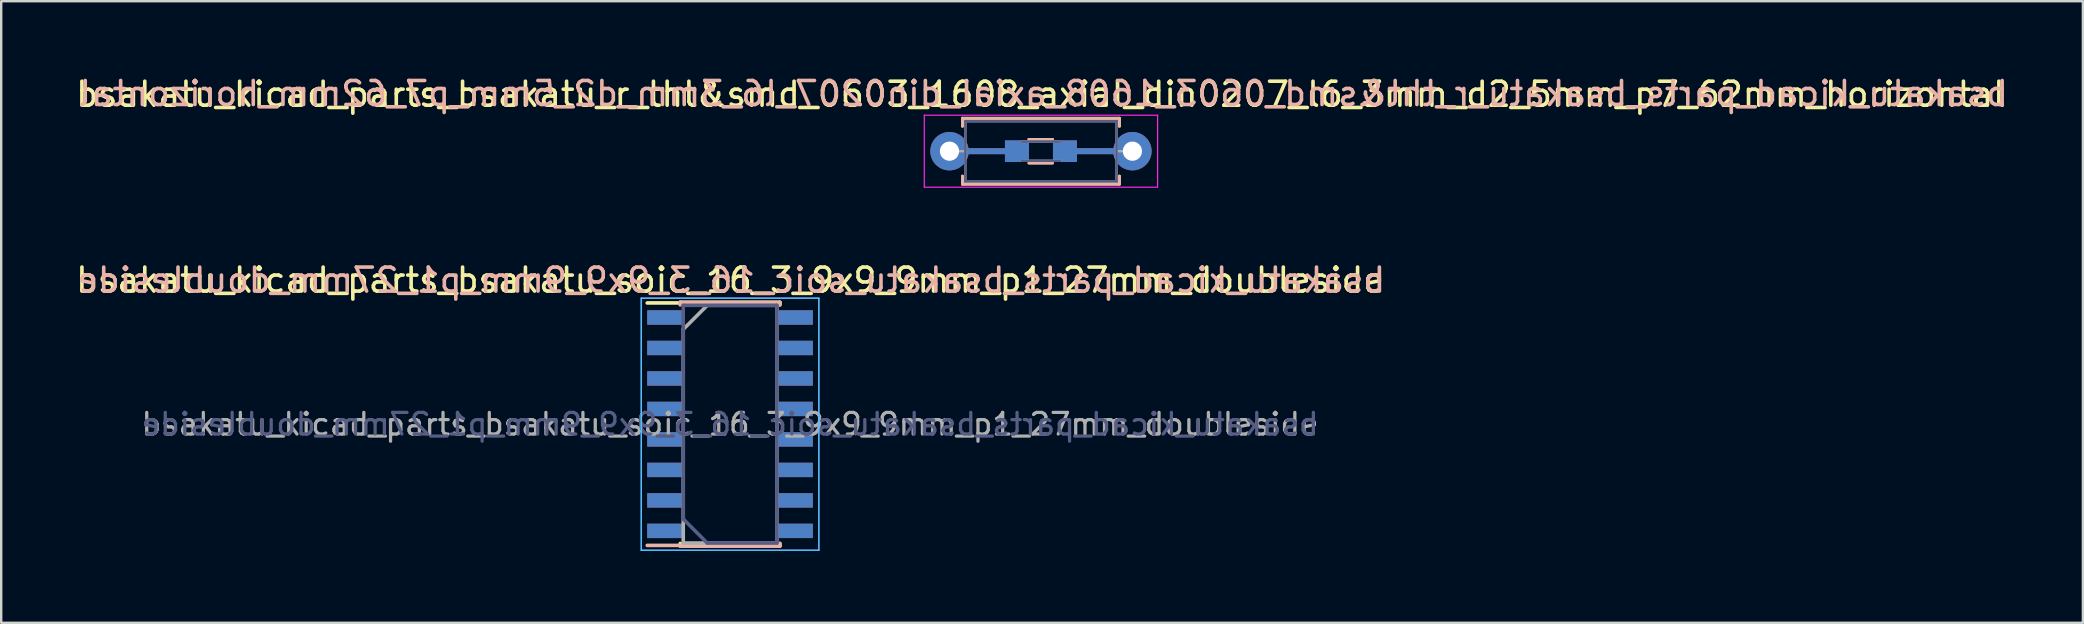
<source format=kicad_pcb>
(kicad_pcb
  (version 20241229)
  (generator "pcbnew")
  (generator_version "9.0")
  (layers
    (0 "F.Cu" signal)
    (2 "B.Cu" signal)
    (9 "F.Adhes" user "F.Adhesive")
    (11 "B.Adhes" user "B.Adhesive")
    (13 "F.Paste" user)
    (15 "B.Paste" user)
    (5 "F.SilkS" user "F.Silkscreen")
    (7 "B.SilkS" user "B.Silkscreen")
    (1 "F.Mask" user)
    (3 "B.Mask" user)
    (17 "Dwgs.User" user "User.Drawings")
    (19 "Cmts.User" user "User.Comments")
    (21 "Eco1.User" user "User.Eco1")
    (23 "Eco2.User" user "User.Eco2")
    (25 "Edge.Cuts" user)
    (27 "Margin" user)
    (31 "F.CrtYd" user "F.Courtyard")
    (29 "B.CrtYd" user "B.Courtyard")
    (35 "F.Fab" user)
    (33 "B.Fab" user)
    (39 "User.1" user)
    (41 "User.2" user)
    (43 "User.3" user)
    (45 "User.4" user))
  (footprint "bsakatu_kicad_parts_bsakatu_soic_16_3_9x9_9mm_p1_27mm_doubleside"
    (layer "F.Cu")
    (at 27.363 14.621)
    (property "Reference" "bsakatu_kicad_parts_bsakatu_soic_16_3_9x9_9mm_p1_27mm_doubleside" (at 0 -6 0) (layer "F.SilkS") (effects (font (size 1 1) (thickness 0.15))))
    (attr smd)
    (fp_line (start -2.075 -5.075) (end -2.075 -5.05) (stroke (width 0.15) (type solid)) (layer "F.SilkS"))
    (fp_line (start -2.075 -5.075) (end 2.075 -5.075) (stroke (width 0.15) (type solid)) (layer "F.SilkS"))
    (fp_line (start -2.075 -5.05) (end -3.45 -5.05) (stroke (width 0.15) (type solid)) (layer "F.SilkS"))
    (fp_line (start -2.075 5.075) (end -2.075 4.97) (stroke (width 0.15) (type solid)) (layer "F.SilkS"))
    (fp_line (start -2.075 5.075) (end 2.075 5.075) (stroke (width 0.15) (type solid)) (layer "F.SilkS"))
    (fp_line (start 2.075 -5.075) (end 2.075 -4.97) (stroke (width 0.15) (type solid)) (layer "F.SilkS"))
    (fp_line (start 2.075 5.075) (end 2.075 4.97) (stroke (width 0.15) (type solid)) (layer "F.SilkS"))
    (fp_line (start -2.075 -5.075) (end -2.075 -4.97) (stroke (width 0.15) (type solid)) (layer "B.SilkS"))
    (fp_line (start -2.075 -5.075) (end 2.075 -5.075) (stroke (width 0.15) (type solid)) (layer "B.SilkS"))
    (fp_line (start -2.075 5.05) (end -3.45 5.05) (stroke (width 0.15) (type solid)) (layer "B.SilkS"))
    (fp_line (start -2.075 5.075) (end -2.075 5.05) (stroke (width 0.15) (type solid)) (layer "B.SilkS"))
    (fp_line (start -2.075 5.075) (end 2.075 5.075) (stroke (width 0.15) (type solid)) (layer "B.SilkS"))
    (fp_line (start 2.075 -5.075) (end 2.075 -4.97) (stroke (width 0.15) (type solid)) (layer "B.SilkS"))
    (fp_line (start 2.075 5.075) (end 2.075 4.97) (stroke (width 0.15) (type solid)) (layer "B.SilkS"))
    (fp_line (start -3.7 -5.25) (end 3.7 -5.25) (stroke (width 0.05) (type solid)) (layer "B.CrtYd"))
    (fp_line (start -3.7 5.25) (end -3.7 -5.25) (stroke (width 0.05) (type solid)) (layer "B.CrtYd"))
    (fp_line (start -3.7 5.25) (end 3.7 5.25) (stroke (width 0.05) (type solid)) (layer "B.CrtYd"))
    (fp_line (start 3.7 5.25) (end 3.7 -5.25) (stroke (width 0.05) (type solid)) (layer "B.CrtYd"))
    (fp_line (start -3.7 -5.25) (end -3.7 5.25) (stroke (width 0.05) (type solid)) (layer "F.CrtYd"))
    (fp_line (start -3.7 -5.25) (end 3.7 -5.25) (stroke (width 0.05) (type solid)) (layer "F.CrtYd"))
    (fp_line (start -3.7 5.25) (end 3.7 5.25) (stroke (width 0.05) (type solid)) (layer "F.CrtYd"))
    (fp_line (start 3.7 -5.25) (end 3.7 5.25) (stroke (width 0.05) (type solid)) (layer "F.CrtYd"))
    (fp_line (start -1.95 -4.95) (end -1.95 3.95) (stroke (width 0.15) (type solid)) (layer "B.Fab"))
    (fp_line (start -1.95 3.95) (end -0.95 4.95) (stroke (width 0.15) (type solid)) (layer "B.Fab"))
    (fp_line (start -0.95 4.95) (end 1.95 4.95) (stroke (width 0.15) (type solid)) (layer "B.Fab"))
    (fp_line (start 1.95 -4.95) (end -1.95 -4.95) (stroke (width 0.15) (type solid)) (layer "B.Fab"))
    (fp_line (start 1.95 4.95) (end 1.95 -4.95) (stroke (width 0.15) (type solid)) (layer "B.Fab"))
    (fp_line (start -1.95 -3.95) (end -0.95 -4.95) (stroke (width 0.15) (type solid)) (layer "F.Fab"))
    (fp_line (start -1.95 4.95) (end -1.95 -3.95) (stroke (width 0.15) (type solid)) (layer "F.Fab"))
    (fp_line (start -0.95 -4.95) (end 1.95 -4.95) (stroke (width 0.15) (type solid)) (layer "F.Fab"))
    (fp_line (start 1.95 -4.95) (end 1.95 4.95) (stroke (width 0.15) (type solid)) (layer "F.Fab"))
    (fp_line (start 1.95 4.95) (end -1.95 4.95) (stroke (width 0.15) (type solid)) (layer "F.Fab"))
    (fp_text user "${REFERENCE}" (at 0.05 -6 0) (layer "B.SilkS") (effects (font (size 1 1) (thickness 0.15)) (justify mirror)))
    (fp_text user "${REFERENCE}" (at 0 0 0) (layer "B.Fab") (effects (font (size 0.9 0.9) (thickness 0.135)) (justify mirror)))
    (fp_text user "${REFERENCE}" (at 0 0 0) (layer "F.Fab") (effects (font (size 0.9 0.9) (thickness 0.135))))
    (pad "1" smd rect (at -2.7 -4.445) (size 1.5 0.6) (layers "F.Cu" "F.Mask" "F.Paste"))
    (pad "1" smd rect (at -2.7 4.445) (size 1.5 0.6) (layers "B.Cu" "B.Mask" "B.Paste"))
    (pad "2" smd rect (at -2.7 -3.175) (size 1.5 0.6) (layers "F.Cu" "F.Mask" "F.Paste"))
    (pad "2" smd rect (at -2.7 3.175) (size 1.5 0.6) (layers "B.Cu" "B.Mask" "B.Paste"))
    (pad "3" smd rect (at -2.7 -1.905) (size 1.5 0.6) (layers "F.Cu" "F.Mask" "F.Paste"))
    (pad "3" smd rect (at -2.7 1.905) (size 1.5 0.6) (layers "B.Cu" "B.Mask" "B.Paste"))
    (pad "4" smd rect (at -2.7 -0.635) (size 1.5 0.6) (layers "F.Cu" "F.Mask" "F.Paste"))
    (pad "4" smd rect (at -2.7 0.635) (size 1.5 0.6) (layers "B.Cu" "B.Mask" "B.Paste"))
    (pad "5" smd rect (at -2.7 -0.635) (size 1.5 0.6) (layers "B.Cu" "B.Mask" "B.Paste"))
    (pad "5" smd rect (at -2.7 0.635) (size 1.5 0.6) (layers "F.Cu" "F.Mask" "F.Paste"))
    (pad "6" smd rect (at -2.7 -1.905) (size 1.5 0.6) (layers "B.Cu" "B.Mask" "B.Paste"))
    (pad "6" smd rect (at -2.7 1.905) (size 1.5 0.6) (layers "F.Cu" "F.Mask" "F.Paste"))
    (pad "7" smd rect (at -2.7 -3.175) (size 1.5 0.6) (layers "B.Cu" "B.Mask" "B.Paste"))
    (pad "7" smd rect (at -2.7 3.175) (size 1.5 0.6) (layers "F.Cu" "F.Mask" "F.Paste"))
    (pad "8" smd rect (at -2.7 -4.445) (size 1.5 0.6) (layers "B.Cu" "B.Mask" "B.Paste"))
    (pad "8" smd rect (at -2.7 4.445) (size 1.5 0.6) (layers "F.Cu" "F.Mask" "F.Paste"))
    (pad "9" smd rect (at 2.7 -4.445) (size 1.5 0.6) (layers "B.Cu" "B.Mask" "B.Paste"))
    (pad "9" smd rect (at 2.7 4.445) (size 1.5 0.6) (layers "F.Cu" "F.Mask" "F.Paste"))
    (pad "10" smd rect (at 2.7 -3.175) (size 1.5 0.6) (layers "B.Cu" "B.Mask" "B.Paste"))
    (pad "10" smd rect (at 2.7 3.175) (size 1.5 0.6) (layers "F.Cu" "F.Mask" "F.Paste"))
    (pad "11" smd rect (at 2.7 -1.905) (size 1.5 0.6) (layers "B.Cu" "B.Mask" "B.Paste"))
    (pad "11" smd rect (at 2.7 1.905) (size 1.5 0.6) (layers "F.Cu" "F.Mask" "F.Paste"))
    (pad "12" smd rect (at 2.7 -0.635) (size 1.5 0.6) (layers "B.Cu" "B.Mask" "B.Paste"))
    (pad "12" smd rect (at 2.7 0.635) (size 1.5 0.6) (layers "F.Cu" "F.Mask" "F.Paste"))
    (pad "13" smd rect (at 2.7 -0.635) (size 1.5 0.6) (layers "F.Cu" "F.Mask" "F.Paste"))
    (pad "13" smd rect (at 2.7 0.635) (size 1.5 0.6) (layers "B.Cu" "B.Mask" "B.Paste"))
    (pad "14" smd rect (at 2.7 -1.905) (size 1.5 0.6) (layers "F.Cu" "F.Mask" "F.Paste"))
    (pad "14" smd rect (at 2.7 1.905) (size 1.5 0.6) (layers "B.Cu" "B.Mask" "B.Paste"))
    (pad "15" smd rect (at 2.7 -3.175) (size 1.5 0.6) (layers "F.Cu" "F.Mask" "F.Paste"))
    (pad "15" smd rect (at 2.7 3.175) (size 1.5 0.6) (layers "B.Cu" "B.Mask" "B.Paste"))
    (pad "16" smd rect (at 2.7 -4.445) (size 1.5 0.6) (layers "F.Cu" "F.Mask" "F.Paste"))
    (pad "16" smd rect (at 2.7 4.445) (size 1.5 0.6) (layers "B.Cu" "B.Mask" "B.Paste")))
  (footprint "bsakatu_kicad_parts_bsakatu_r_tht&smd_0603_1608_axial_din0207_l6_3mm_d2_5mm_p7_62mm_horizontal"
    (layer "F.Cu")
    (at 36.505 3.248)
    (property "Reference" "bsakatu_kicad_parts_bsakatu_r_tht&smd_0603_1608_axial_din0207_l6_3mm_d2_5mm_p7_62mm_horizontal" (at 3.81 -2.37 0) (layer "F.SilkS") (effects (font (size 1 1) (thickness 0.15))))
    (attr through_hole)
    (fp_line (start 0.54 -1.37) (end 7.08 -1.37) (stroke (width 0.12) (type solid)) (layer "F.SilkS"))
    (fp_line (start 0.54 -1.04) (end 0.54 -1.37) (stroke (width 0.12) (type solid)) (layer "F.SilkS"))
    (fp_line (start 0.54 1.04) (end 0.54 1.37) (stroke (width 0.12) (type solid)) (layer "F.SilkS"))
    (fp_line (start 0.54 1.37) (end 7.08 1.37) (stroke (width 0.12) (type solid)) (layer "F.SilkS"))
    (fp_line (start 3.3 -0.5) (end 4.3 -0.5) (stroke (width 0.1) (type solid)) (layer "F.SilkS"))
    (fp_line (start 3.3 0.5) (end 4.3 0.5) (stroke (width 0.1) (type solid)) (layer "F.SilkS"))
    (fp_line (start 7.08 -1.37) (end 7.08 -1.04) (stroke (width 0.12) (type solid)) (layer "F.SilkS"))
    (fp_line (start 7.08 1.37) (end 7.08 1.04) (stroke (width 0.12) (type solid)) (layer "F.SilkS"))
    (fp_line (start 0.54 -1.37) (end 7.08 -1.37) (stroke (width 0.12) (type solid)) (layer "B.SilkS"))
    (fp_line (start 0.54 -1.04) (end 0.54 -1.37) (stroke (width 0.12) (type solid)) (layer "B.SilkS"))
    (fp_line (start 0.54 1.04) (end 0.54 1.37) (stroke (width 0.12) (type solid)) (layer "B.SilkS"))
    (fp_line (start 0.54 1.37) (end 7.08 1.37) (stroke (width 0.12) (type solid)) (layer "B.SilkS"))
    (fp_line (start 3.3 -0.5) (end 4.3 -0.5) (stroke (width 0.1) (type solid)) (layer "B.SilkS"))
    (fp_line (start 3.3 0.5) (end 4.3 0.5) (stroke (width 0.1) (type solid)) (layer "B.SilkS"))
    (fp_line (start 7.08 -1.37) (end 7.08 -1.04) (stroke (width 0.12) (type solid)) (layer "B.SilkS"))
    (fp_line (start 7.08 1.37) (end 7.08 1.04) (stroke (width 0.12) (type solid)) (layer "B.SilkS"))
    (fp_line (start -1.05 -1.5) (end -1.05 1.5) (stroke (width 0.05) (type solid)) (layer "F.CrtYd"))
    (fp_line (start -1.05 1.5) (end 8.67 1.5) (stroke (width 0.05) (type solid)) (layer "F.CrtYd"))
    (fp_line (start 8.67 -1.5) (end -1.05 -1.5) (stroke (width 0.05) (type solid)) (layer "F.CrtYd"))
    (fp_line (start 8.67 1.5) (end 8.67 -1.5) (stroke (width 0.05) (type solid)) (layer "F.CrtYd"))
    (fp_line (start 0.66 -1.25) (end 0.66 1.25) (stroke (width 0.1) (type solid)) (layer "B.Fab"))
    (fp_line (start 0.66 1.25) (end 6.96 1.25) (stroke (width 0.1) (type solid)) (layer "B.Fab"))
    (fp_line (start 3.01 -0.4) (end 4.61 -0.4) (stroke (width 0.1) (type solid)) (layer "B.Fab"))
    (fp_line (start 3.01 0.4) (end 4.61 0.4) (stroke (width 0.1) (type solid)) (layer "B.Fab"))
    (fp_line (start 6.96 -1.25) (end 0.66 -1.25) (stroke (width 0.1) (type solid)) (layer "B.Fab"))
    (fp_line (start 6.96 1.25) (end 6.96 -1.25) (stroke (width 0.1) (type solid)) (layer "B.Fab"))
    (fp_line (start 0 0) (end 0.66 0) (stroke (width 0.1) (type solid)) (layer "F.Fab"))
    (fp_line (start 0.66 -1.25) (end 0.66 1.25) (stroke (width 0.1) (type solid)) (layer "F.Fab"))
    (fp_line (start 0.66 1.25) (end 6.96 1.25) (stroke (width 0.1) (type solid)) (layer "F.Fab"))
    (fp_line (start 3.01 -0.4) (end 4.61 -0.4) (stroke (width 0.1) (type solid)) (layer "F.Fab"))
    (fp_line (start 3.01 0.4) (end 4.61 0.4) (stroke (width 0.1) (type solid)) (layer "F.Fab"))
    (fp_line (start 6.96 -1.25) (end 0.66 -1.25) (stroke (width 0.1) (type solid)) (layer "F.Fab"))
    (fp_line (start 6.96 1.25) (end 6.96 -1.25) (stroke (width 0.1) (type solid)) (layer "F.Fab"))
    (fp_line (start 7.62 0) (end 6.96 0) (stroke (width 0.1) (type solid)) (layer "F.Fab"))
    (fp_text user "${REFERENCE}" (at 3.9 -2.4 0) (layer "B.SilkS") (effects (font (size 1 1) (thickness 0.15)) (justify mirror)))
    (pad "1" thru_hole circle (at 0 0) (size 1.6 1.6) (drill 0.8) (layers "*.Cu" "*.Mask"))
    (pad "1" smd rect (at 1.4 0) (size 3 0.25) (layers "F.Cu"))
    (pad "1" smd rect (at 1.4 0) (size 3 0.25) (layers "B.Cu"))
    (pad "1" smd rect (at 2.81 0) (size 1 0.9) (layers "F.Cu" "F.Mask" "F.Paste"))
    (pad "1" smd rect (at 2.81 0) (size 1 0.9) (layers "B.Cu" "B.Mask" "B.Paste"))
    (pad "2" smd rect (at 4.81 0) (size 1 0.9) (layers "F.Cu" "F.Mask" "F.Paste"))
    (pad "2" smd rect (at 4.81 0) (size 1 0.9) (layers "B.Cu" "B.Mask" "B.Paste"))
    (pad "2" smd rect (at 6.2 0) (size 3 0.25) (layers "F.Cu"))
    (pad "2" smd rect (at 6.2 0) (size 3 0.25) (layers "B.Cu"))
    (pad "2" thru_hole oval (at 7.62 0) (size 1.6 1.6) (drill 0.8) (layers "*.Cu" "*.Mask")))
  (gr_rect
    (start -3 -3)
    (end 83.721 22.896)
    (stroke (width 0.1) (type default))
    (fill no)
    (layer "Edge.Cuts")))
</source>
